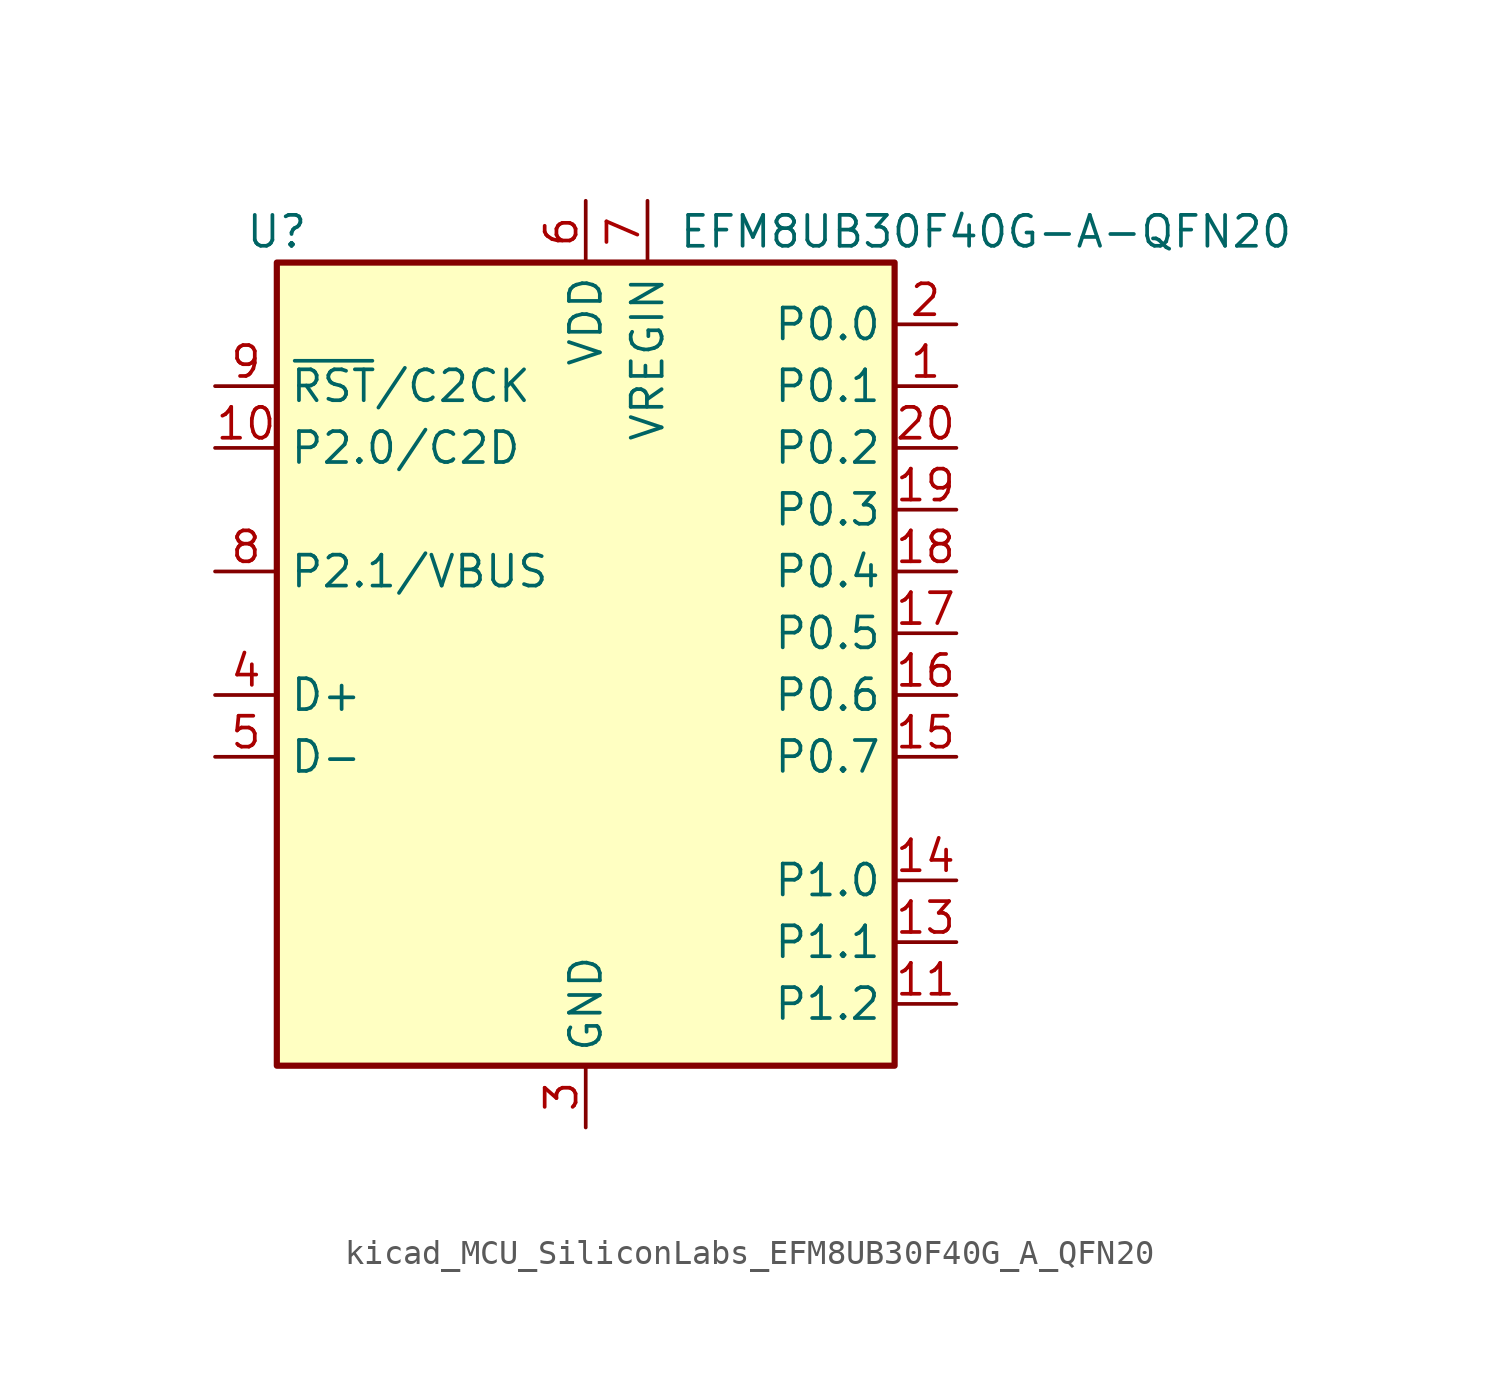
<source format=kicad_sym>
(kicad_symbol_lib
  (version 20220914)
  (generator kicad_symbol_editor)
  (symbol "kicad_MCU_SiliconLabs_EFM8UB30F40G_A_QFN20"
    (property "Reference" "U"
      (at -12.7 19.05 0)
      (effects (font (size 1.27 1.27))))
    (property "Value" "EFM8UB30F40G-A-QFN20"
      (at 3.81 19.05 0)
      (effects (font (size 1.27 1.27)) (justify left)))
    (symbol "kicad_MCU_SiliconLabs_EFM8UB30F40G_A_QFN20_0_1"
      (rectangle (start -12.7 17.78) (end 12.7 -15.24) (stroke (width 0.254) (type default)) (fill (type background))))
    (symbol "kicad_MCU_SiliconLabs_EFM8UB30F40G_A_QFN20_1_1"
      (pin bidirectional line (at 15.24 12.7 180) (length 2.54) (name "P0.1" (effects (font (size 1.27 1.27)))) (number "1" (effects (font (size 1.27 1.27)))))
      (pin bidirectional line (at -15.24 10.16 0) (length 2.54) (name "P2.0/C2D" (effects (font (size 1.27 1.27)))) (number "10" (effects (font (size 1.27 1.27)))))
      (pin bidirectional line (at 15.24 -12.7 180) (length 2.54) (name "P1.2" (effects (font (size 1.27 1.27)))) (number "11" (effects (font (size 1.27 1.27)))))
      (pin passive line (at 0 -17.78 90) (length 2.54) hide (name "GND" (effects (font (size 1.27 1.27)))) (number "12" (effects (font (size 1.27 1.27)))))
      (pin bidirectional line (at 15.24 -10.16 180) (length 2.54) (name "P1.1" (effects (font (size 1.27 1.27)))) (number "13" (effects (font (size 1.27 1.27)))))
      (pin bidirectional line (at 15.24 -7.62 180) (length 2.54) (name "P1.0" (effects (font (size 1.27 1.27)))) (number "14" (effects (font (size 1.27 1.27)))))
      (pin bidirectional line (at 15.24 -2.54 180) (length 2.54) (name "P0.7" (effects (font (size 1.27 1.27)))) (number "15" (effects (font (size 1.27 1.27)))))
      (pin bidirectional line (at 15.24 0 180) (length 2.54) (name "P0.6" (effects (font (size 1.27 1.27)))) (number "16" (effects (font (size 1.27 1.27)))))
      (pin bidirectional line (at 15.24 2.54 180) (length 2.54) (name "P0.5" (effects (font (size 1.27 1.27)))) (number "17" (effects (font (size 1.27 1.27)))))
      (pin bidirectional line (at 15.24 5.08 180) (length 2.54) (name "P0.4" (effects (font (size 1.27 1.27)))) (number "18" (effects (font (size 1.27 1.27)))))
      (pin bidirectional line (at 15.24 7.62 180) (length 2.54) (name "P0.3" (effects (font (size 1.27 1.27)))) (number "19" (effects (font (size 1.27 1.27)))))
      (pin bidirectional line (at 15.24 15.24 180) (length 2.54) (name "P0.0" (effects (font (size 1.27 1.27)))) (number "2" (effects (font (size 1.27 1.27)))))
      (pin bidirectional line (at 15.24 10.16 180) (length 2.54) (name "P0.2" (effects (font (size 1.27 1.27)))) (number "20" (effects (font (size 1.27 1.27)))))
      (pin passive line (at 0 -17.78 90) (length 2.54) hide (name "GND" (effects (font (size 1.27 1.27)))) (number "21" (effects (font (size 1.27 1.27)))))
      (pin power_in line (at 0 -17.78 90) (length 2.54) (name "GND" (effects (font (size 1.27 1.27)))) (number "3" (effects (font (size 1.27 1.27)))))
      (pin bidirectional line (at -15.24 0 0) (length 2.54) (name "D+" (effects (font (size 1.27 1.27)))) (number "4" (effects (font (size 1.27 1.27)))))
      (pin bidirectional line (at -15.24 -2.54 0) (length 2.54) (name "D-" (effects (font (size 1.27 1.27)))) (number "5" (effects (font (size 1.27 1.27)))))
      (pin power_in line (at 0 20.32 270) (length 2.54) (name "VDD" (effects (font (size 1.27 1.27)))) (number "6" (effects (font (size 1.27 1.27)))))
      (pin power_in line (at 2.54 20.32 270) (length 2.54) (name "VREGIN" (effects (font (size 1.27 1.27)))) (number "7" (effects (font (size 1.27 1.27)))))
      (pin bidirectional line (at -15.24 5.08 0) (length 2.54) (name "P2.1/VBUS" (effects (font (size 1.27 1.27)))) (number "8" (effects (font (size 1.27 1.27)))))
      (pin bidirectional line (at -15.24 12.7 0) (length 2.54) (name "~{RST}/C2CK" (effects (font (size 1.27 1.27)))) (number "9" (effects (font (size 1.27 1.27))))))))
</source>
